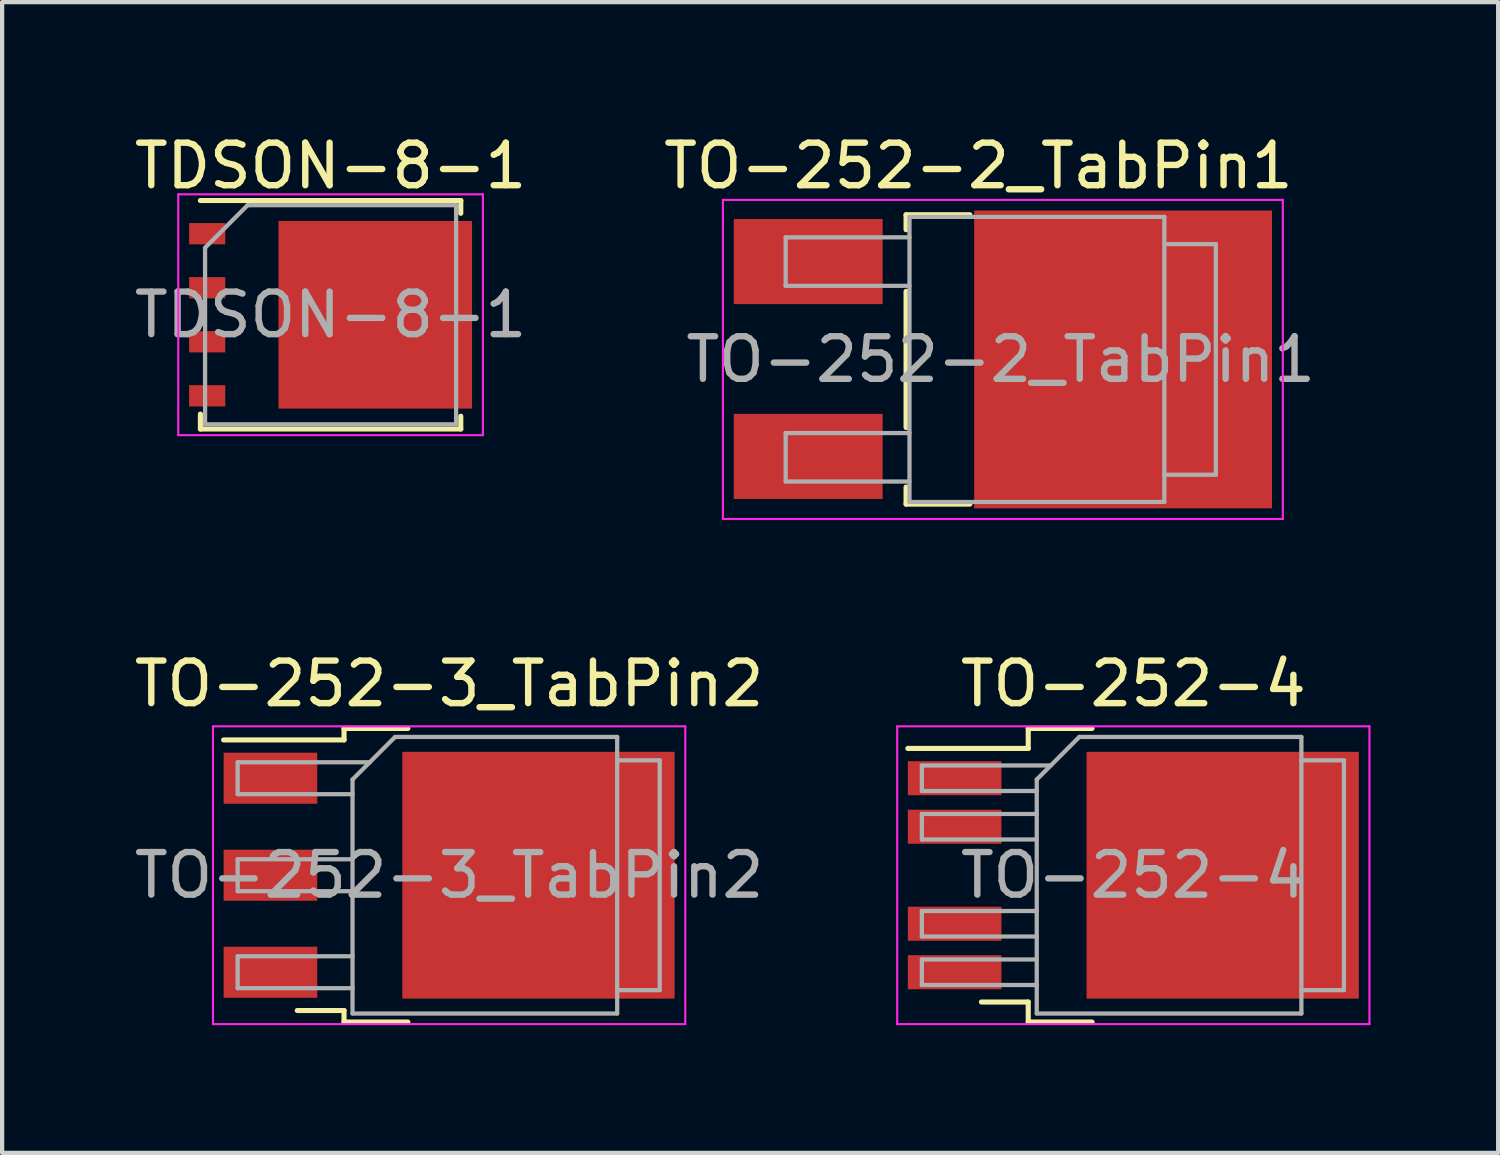
<source format=kicad_pcb>
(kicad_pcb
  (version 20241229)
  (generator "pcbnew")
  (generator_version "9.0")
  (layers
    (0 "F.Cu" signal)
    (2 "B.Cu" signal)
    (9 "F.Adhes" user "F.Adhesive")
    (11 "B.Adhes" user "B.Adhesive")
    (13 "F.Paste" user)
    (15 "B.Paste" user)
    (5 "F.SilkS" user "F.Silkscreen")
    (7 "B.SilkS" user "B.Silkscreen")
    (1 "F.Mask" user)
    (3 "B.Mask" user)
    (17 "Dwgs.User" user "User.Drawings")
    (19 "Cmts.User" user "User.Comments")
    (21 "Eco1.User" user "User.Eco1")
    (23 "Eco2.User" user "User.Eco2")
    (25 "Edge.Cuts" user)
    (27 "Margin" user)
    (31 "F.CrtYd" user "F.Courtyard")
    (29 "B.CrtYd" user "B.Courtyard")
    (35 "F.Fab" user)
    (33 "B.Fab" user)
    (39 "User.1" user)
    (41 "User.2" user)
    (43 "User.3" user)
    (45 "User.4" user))
  (footprint "TO-252-4"
    (layer "F.Cu")
    (at 23.587 17.521)
    (property "Reference" "TO-252-4" (at 0 -4.5 0) (layer "F.SilkS") (effects (font (size 1 1) (thickness 0.15))))
    (attr smd)
    (fp_line (start -2.47 -3.45) (end -2.47 -2.98) (stroke (width 0.12) (type solid)) (layer "F.SilkS"))
    (fp_line (start -2.47 -2.98) (end -5.3 -2.98) (stroke (width 0.12) (type solid)) (layer "F.SilkS"))
    (fp_line (start -2.47 2.98) (end -3.57 2.98) (stroke (width 0.12) (type solid)) (layer "F.SilkS"))
    (fp_line (start -2.47 3.45) (end -2.47 2.98) (stroke (width 0.12) (type solid)) (layer "F.SilkS"))
    (fp_line (start -0.97 -3.45) (end -2.47 -3.45) (stroke (width 0.12) (type solid)) (layer "F.SilkS"))
    (fp_line (start -0.97 3.45) (end -2.47 3.45) (stroke (width 0.12) (type solid)) (layer "F.SilkS"))
    (fp_line (start -5.55 -3.5) (end -5.55 3.5) (stroke (width 0.05) (type solid)) (layer "F.CrtYd"))
    (fp_line (start -5.55 3.5) (end 5.55 3.5) (stroke (width 0.05) (type solid)) (layer "F.CrtYd"))
    (fp_line (start 5.55 -3.5) (end -5.55 -3.5) (stroke (width 0.05) (type solid)) (layer "F.CrtYd"))
    (fp_line (start 5.55 3.5) (end 5.55 -3.5) (stroke (width 0.05) (type solid)) (layer "F.CrtYd"))
    (fp_line (start -4.97 -2.58) (end -4.97 -1.98) (stroke (width 0.1) (type solid)) (layer "F.Fab"))
    (fp_line (start -4.97 -1.98) (end -2.27 -1.98) (stroke (width 0.1) (type solid)) (layer "F.Fab"))
    (fp_line (start -4.97 -1.44) (end -4.97 -0.84) (stroke (width 0.1) (type solid)) (layer "F.Fab"))
    (fp_line (start -4.97 -0.84) (end -2.27 -0.84) (stroke (width 0.1) (type solid)) (layer "F.Fab"))
    (fp_line (start -4.97 0.84) (end -4.97 1.44) (stroke (width 0.1) (type solid)) (layer "F.Fab"))
    (fp_line (start -4.97 1.44) (end -2.27 1.44) (stroke (width 0.1) (type solid)) (layer "F.Fab"))
    (fp_line (start -4.97 1.98) (end -4.97 2.58) (stroke (width 0.1) (type solid)) (layer "F.Fab"))
    (fp_line (start -4.97 2.58) (end -2.27 2.58) (stroke (width 0.1) (type solid)) (layer "F.Fab"))
    (fp_line (start -2.27 -2.25) (end -1.27 -3.25) (stroke (width 0.1) (type solid)) (layer "F.Fab"))
    (fp_line (start -2.27 -1.44) (end -4.97 -1.44) (stroke (width 0.1) (type solid)) (layer "F.Fab"))
    (fp_line (start -2.27 0.84) (end -4.97 0.84) (stroke (width 0.1) (type solid)) (layer "F.Fab"))
    (fp_line (start -2.27 1.98) (end -4.97 1.98) (stroke (width 0.1) (type solid)) (layer "F.Fab"))
    (fp_line (start -2.27 3.25) (end -2.27 -2.25) (stroke (width 0.1) (type solid)) (layer "F.Fab"))
    (fp_line (start -1.94 -2.58) (end -4.97 -2.58) (stroke (width 0.1) (type solid)) (layer "F.Fab"))
    (fp_line (start -1.27 -3.25) (end 3.95 -3.25) (stroke (width 0.1) (type solid)) (layer "F.Fab"))
    (fp_line (start 3.95 -3.25) (end 3.95 3.25) (stroke (width 0.1) (type solid)) (layer "F.Fab"))
    (fp_line (start 3.95 -2.7) (end 4.95 -2.7) (stroke (width 0.1) (type solid)) (layer "F.Fab"))
    (fp_line (start 3.95 3.25) (end -2.27 3.25) (stroke (width 0.1) (type solid)) (layer "F.Fab"))
    (fp_line (start 4.95 -2.7) (end 4.95 2.7) (stroke (width 0.1) (type solid)) (layer "F.Fab"))
    (fp_line (start 4.95 2.7) (end 3.95 2.7) (stroke (width 0.1) (type solid)) (layer "F.Fab"))
    (fp_text user "${REFERENCE}" (at 0 0 0) (layer "F.Fab") (effects (font (size 1 1) (thickness 0.15))))
    (pad "" smd rect (at 0.425 -1.525) (size 3.05 2.75) (layers "F.Paste"))
    (pad "" smd rect (at 0.425 1.525) (size 3.05 2.75) (layers "F.Paste"))
    (pad "" smd rect (at 3.775 -1.525) (size 3.05 2.75) (layers "F.Paste"))
    (pad "" smd rect (at 3.775 1.525) (size 3.05 2.75) (layers "F.Paste"))
    (pad "1" smd rect (at -4.2 -2.28) (size 2.2 0.8) (layers "F.Cu" "F.Mask" "F.Paste"))
    (pad "2" smd rect (at -4.2 -1.14) (size 2.2 0.8) (layers "F.Cu" "F.Mask" "F.Paste"))
    (pad "3" smd rect (at 2.1 0) (size 6.4 5.8) (layers "F.Cu" "F.Mask"))
    (pad "4" smd rect (at -4.2 1.14) (size 2.2 0.8) (layers "F.Cu" "F.Mask" "F.Paste"))
    (pad "5" smd rect (at -4.2 2.28) (size 2.2 0.8) (layers "F.Cu" "F.Mask" "F.Paste")))
  (footprint "TO-252-2_TabPin1"
    (layer "F.Cu")
    (at 20.521 5.398)
    (property "Reference" "TO-252-2_TabPin1" (at -0.575 -4.55 0) (layer "F.SilkS") (effects (font (size 1 1) (thickness 0.15))))
    (attr smd)
    (fp_line (start -2.275 -3.4) (end -0.775 -3.4) (stroke (width 0.12) (type solid)) (layer "F.SilkS"))
    (fp_line (start -2.275 -3.05) (end -2.275 -3.4) (stroke (width 0.12) (type solid)) (layer "F.SilkS"))
    (fp_line (start -2.275 1.6) (end -2.275 -1.6) (stroke (width 0.12) (type solid)) (layer "F.SilkS"))
    (fp_line (start -2.275 3.4) (end -2.275 3) (stroke (width 0.12) (type solid)) (layer "F.SilkS"))
    (fp_line (start -0.775 3.4) (end -2.275 3.4) (stroke (width 0.12) (type solid)) (layer "F.SilkS"))
    (fp_line (start -6.58 3.75) (end -6.58 -3.75) (stroke (width 0.05) (type solid)) (layer "F.CrtYd"))
    (fp_line (start -6.58 3.75) (end 6.58 3.75) (stroke (width 0.05) (type solid)) (layer "F.CrtYd"))
    (fp_line (start 6.58 -3.75) (end -6.58 -3.75) (stroke (width 0.05) (type solid)) (layer "F.CrtYd"))
    (fp_line (start 6.58 -3.75) (end 6.58 3.75) (stroke (width 0.05) (type solid)) (layer "F.CrtYd"))
    (fp_line (start -5.105 -2.87) (end -5.105 -1.73) (stroke (width 0.1) (type solid)) (layer "F.Fab"))
    (fp_line (start -5.105 -1.73) (end -2.195 -1.73) (stroke (width 0.1) (type solid)) (layer "F.Fab"))
    (fp_line (start -5.105 1.73) (end -5.105 2.87) (stroke (width 0.1) (type solid)) (layer "F.Fab"))
    (fp_line (start -5.105 2.87) (end -2.195 2.87) (stroke (width 0.1) (type solid)) (layer "F.Fab"))
    (fp_line (start -2.195 -2.87) (end -5.105 -2.87) (stroke (width 0.1) (type solid)) (layer "F.Fab"))
    (fp_line (start -2.195 1.73) (end -5.105 1.73) (stroke (width 0.1) (type solid)) (layer "F.Fab"))
    (fp_line (start -2.195 3.35) (end -2.195 -3.35) (stroke (width 0.1) (type solid)) (layer "F.Fab"))
    (fp_line (start -2.195 3.35) (end 3.795 3.35) (stroke (width 0.1) (type solid)) (layer "F.Fab"))
    (fp_line (start 3.795 -3.35) (end -2.195 -3.35) (stroke (width 0.1) (type solid)) (layer "F.Fab"))
    (fp_line (start 3.795 3.35) (end 3.795 -3.35) (stroke (width 0.1) (type solid)) (layer "F.Fab"))
    (fp_line (start 3.805 -2.71) (end 5.005 -2.71) (stroke (width 0.1) (type solid)) (layer "F.Fab"))
    (fp_line (start 5.005 -2.71) (end 5.005 2.71) (stroke (width 0.1) (type solid)) (layer "F.Fab"))
    (fp_line (start 5.005 2.71) (end 3.795 2.71) (stroke (width 0.1) (type solid)) (layer "F.Fab"))
    (fp_text user "${REFERENCE}" (at -0.05 0 0) (layer "F.Fab") (effects (font (size 1 1) (thickness 0.15))))
    (pad "" smd rect (at 1.05 -1.8 270) (size 3.3 3.3) (layers "F.Paste"))
    (pad "" smd rect (at 1.05 1.8 270) (size 3.3 3.3) (layers "F.Paste"))
    (pad "" smd rect (at 4.6 -1.8 270) (size 3.3 3.3) (layers "F.Paste"))
    (pad "" smd rect (at 4.6 1.8 270) (size 3.3 3.3) (layers "F.Paste"))
    (pad "1" smd rect (at -4.575 -2.3) (size 3.5 2) (layers "F.Cu" "F.Mask" "F.Paste"))
    (pad "1" smd rect (at 2.825 0) (size 7 7) (layers "F.Cu" "F.Mask"))
    (pad "2" smd rect (at -4.575 2.28) (size 3.5 2) (layers "F.Cu" "F.Mask" "F.Paste")))
  (footprint "TO-252-3_TabPin2"
    (layer "F.Cu")
    (at 7.506 17.521)
    (property "Reference" "TO-252-3_TabPin2" (at 0 -4.5 0) (layer "F.SilkS") (effects (font (size 1 1) (thickness 0.15))))
    (attr smd)
    (fp_line (start -2.47 -3.45) (end -2.47 -3.18) (stroke (width 0.12) (type solid)) (layer "F.SilkS"))
    (fp_line (start -2.47 -3.18) (end -5.3 -3.18) (stroke (width 0.12) (type solid)) (layer "F.SilkS"))
    (fp_line (start -2.47 3.18) (end -3.57 3.18) (stroke (width 0.12) (type solid)) (layer "F.SilkS"))
    (fp_line (start -2.47 3.45) (end -2.47 3.18) (stroke (width 0.12) (type solid)) (layer "F.SilkS"))
    (fp_line (start -0.97 -3.45) (end -2.47 -3.45) (stroke (width 0.12) (type solid)) (layer "F.SilkS"))
    (fp_line (start -0.97 3.45) (end -2.47 3.45) (stroke (width 0.12) (type solid)) (layer "F.SilkS"))
    (fp_line (start -5.55 -3.5) (end -5.55 3.5) (stroke (width 0.05) (type solid)) (layer "F.CrtYd"))
    (fp_line (start -5.55 3.5) (end 5.55 3.5) (stroke (width 0.05) (type solid)) (layer "F.CrtYd"))
    (fp_line (start 5.55 -3.5) (end -5.55 -3.5) (stroke (width 0.05) (type solid)) (layer "F.CrtYd"))
    (fp_line (start 5.55 3.5) (end 5.55 -3.5) (stroke (width 0.05) (type solid)) (layer "F.CrtYd"))
    (fp_line (start -4.97 -2.655) (end -4.97 -1.905) (stroke (width 0.1) (type solid)) (layer "F.Fab"))
    (fp_line (start -4.97 -1.905) (end -2.27 -1.905) (stroke (width 0.1) (type solid)) (layer "F.Fab"))
    (fp_line (start -4.97 -0.375) (end -4.97 0.375) (stroke (width 0.1) (type solid)) (layer "F.Fab"))
    (fp_line (start -4.97 0.375) (end -2.27 0.375) (stroke (width 0.1) (type solid)) (layer "F.Fab"))
    (fp_line (start -4.97 1.905) (end -4.97 2.655) (stroke (width 0.1) (type solid)) (layer "F.Fab"))
    (fp_line (start -4.97 2.655) (end -2.27 2.655) (stroke (width 0.1) (type solid)) (layer "F.Fab"))
    (fp_line (start -2.27 -2.25) (end -1.27 -3.25) (stroke (width 0.1) (type solid)) (layer "F.Fab"))
    (fp_line (start -2.27 -0.375) (end -4.97 -0.375) (stroke (width 0.1) (type solid)) (layer "F.Fab"))
    (fp_line (start -2.27 1.905) (end -4.97 1.905) (stroke (width 0.1) (type solid)) (layer "F.Fab"))
    (fp_line (start -2.27 3.25) (end -2.27 -2.25) (stroke (width 0.1) (type solid)) (layer "F.Fab"))
    (fp_line (start -1.865 -2.655) (end -4.97 -2.655) (stroke (width 0.1) (type solid)) (layer "F.Fab"))
    (fp_line (start -1.27 -3.25) (end 3.95 -3.25) (stroke (width 0.1) (type solid)) (layer "F.Fab"))
    (fp_line (start 3.95 -3.25) (end 3.95 3.25) (stroke (width 0.1) (type solid)) (layer "F.Fab"))
    (fp_line (start 3.95 -2.7) (end 4.95 -2.7) (stroke (width 0.1) (type solid)) (layer "F.Fab"))
    (fp_line (start 3.95 3.25) (end -2.27 3.25) (stroke (width 0.1) (type solid)) (layer "F.Fab"))
    (fp_line (start 4.95 -2.7) (end 4.95 2.7) (stroke (width 0.1) (type solid)) (layer "F.Fab"))
    (fp_line (start 4.95 2.7) (end 3.95 2.7) (stroke (width 0.1) (type solid)) (layer "F.Fab"))
    (fp_text user "${REFERENCE}" (at 0 0 0) (layer "F.Fab") (effects (font (size 1 1) (thickness 0.15))))
    (pad "" smd rect (at 0.425 -1.525) (size 3.05 2.75) (layers "F.Paste"))
    (pad "" smd rect (at 0.425 1.525) (size 3.05 2.75) (layers "F.Paste"))
    (pad "" smd rect (at 3.775 -1.525) (size 3.05 2.75) (layers "F.Paste"))
    (pad "" smd rect (at 3.775 1.525) (size 3.05 2.75) (layers "F.Paste"))
    (pad "1" smd rect (at -4.2 -2.28) (size 2.2 1.2) (layers "F.Cu" "F.Mask" "F.Paste"))
    (pad "2" smd rect (at -4.2 0) (size 2.2 1.2) (layers "F.Cu" "F.Mask" "F.Paste"))
    (pad "2" smd rect (at 2.1 0) (size 6.4 5.8) (layers "F.Cu" "F.Mask"))
    (pad "3" smd rect (at -4.2 2.28) (size 2.2 1.2) (layers "F.Cu" "F.Mask" "F.Paste")))
  (footprint "TDSON-8-1"
    (layer "F.Cu")
    (at 4.72 4.348)
    (property "Reference" "TDSON-8-1" (at 0 -3.5 0) (layer "F.SilkS") (effects (font (size 1 1) (thickness 0.15))))
    (attr smd)
    (fp_line (start -3.06 2.335) (end -3.06 2.685) (stroke (width 0.12) (type solid)) (layer "F.SilkS"))
    (fp_line (start 3.06 -2.685) (end -3.06 -2.685) (stroke (width 0.12) (type solid)) (layer "F.SilkS"))
    (fp_line (start 3.06 -2.385) (end 3.06 -2.685) (stroke (width 0.12) (type solid)) (layer "F.SilkS"))
    (fp_line (start 3.06 2.385) (end 3.06 2.685) (stroke (width 0.12) (type solid)) (layer "F.SilkS"))
    (fp_line (start 3.06 2.685) (end -3.06 2.685) (stroke (width 0.12) (type solid)) (layer "F.SilkS"))
    (fp_line (start -3.58 -2.83) (end -3.58 2.83) (stroke (width 0.05) (type solid)) (layer "F.CrtYd"))
    (fp_line (start -3.58 2.83) (end 3.58 2.83) (stroke (width 0.05) (type solid)) (layer "F.CrtYd"))
    (fp_line (start 3.58 -2.83) (end -3.58 -2.83) (stroke (width 0.05) (type solid)) (layer "F.CrtYd"))
    (fp_line (start 3.58 2.83) (end 3.58 -2.83) (stroke (width 0.05) (type solid)) (layer "F.CrtYd"))
    (fp_line (start -2.95 2.575) (end -2.95 -1.575) (stroke (width 0.1) (type solid)) (layer "F.Fab"))
    (fp_line (start -1.95 -2.575) (end -2.95 -1.575) (stroke (width 0.1) (type solid)) (layer "F.Fab"))
    (fp_line (start -1.95 -2.575) (end 2.95 -2.575) (stroke (width 0.1) (type solid)) (layer "F.Fab"))
    (fp_line (start 2.95 -2.575) (end 2.95 2.575) (stroke (width 0.1) (type solid)) (layer "F.Fab"))
    (fp_line (start 2.95 2.575) (end -2.95 2.575) (stroke (width 0.1) (type solid)) (layer "F.Fab"))
    (fp_text user "${REFERENCE}" (at 0 0 0) (layer "F.Fab") (effects (font (size 1 1) (thickness 0.15))))
    (pad "" smd rect (at -0.2 -0.85) (size 1.5 1.5) (layers "F.Paste"))
    (pad "" smd rect (at -0.2 0.85) (size 1.5 1.5) (layers "F.Paste"))
    (pad "" smd custom (at 0.65 0) (size 3.75 4.41) (layers "F.Mask") (options (anchor rect)) (primitives (gr_poly (pts (xy 2.675 -1.605) (xy 1.875 -1.605) (xy 1.875 -2.205) (xy 2.675 -2.205)) (width 0) (fill yes)) (gr_poly (pts (xy 2.675 -0.335) (xy 1.875 -0.335) (xy 1.875 -0.935) (xy 2.675 -0.935)) (width 0) (fill yes)) (gr_poly (pts (xy 2.675 0.935) (xy 1.875 0.935) (xy 1.875 0.335) (xy 2.675 0.335)) (width 0) (fill yes)) (gr_poly (pts (xy 2.675 2.205) (xy 1.875 2.205) (xy 1.875 1.605) (xy 2.675 1.605)) (width 0) (fill yes))))
    (pad "" smd rect (at 1.5 -0.85) (size 1.5 1.5) (layers "F.Paste"))
    (pad "" smd rect (at 1.5 0.85) (size 1.5 1.5) (layers "F.Paste"))
    (pad "" smd rect (at 2.905 -1.905) (size 0.75 0.5) (layers "F.Paste"))
    (pad "" smd rect (at 2.905 -0.635) (size 0.75 0.5) (layers "F.Paste"))
    (pad "" smd rect (at 2.905 0.635) (size 0.75 0.5) (layers "F.Paste"))
    (pad "" smd rect (at 2.905 1.905) (size 0.75 0.5) (layers "F.Paste"))
    (pad "1" smd rect (at -2.9 -1.905) (size 0.85 0.5) (layers "F.Cu" "F.Mask" "F.Paste"))
    (pad "2" smd rect (at -2.9 -0.635) (size 0.85 0.5) (layers "F.Cu" "F.Mask" "F.Paste"))
    (pad "3" smd rect (at -2.9 0.635) (size 0.85 0.5) (layers "F.Cu" "F.Mask" "F.Paste"))
    (pad "4" smd rect (at -2.9 1.905) (size 0.85 0.5) (layers "F.Cu" "F.Mask" "F.Paste"))
    (pad "5" smd rect (at 1.05 0) (size 4.55 4.41) (layers "F.Cu")))
  (gr_rect
    (start -3 -3)
    (end 32.162 24.047)
    (stroke (width 0.1) (type default))
    (fill no)
    (layer "Edge.Cuts")))
</source>
